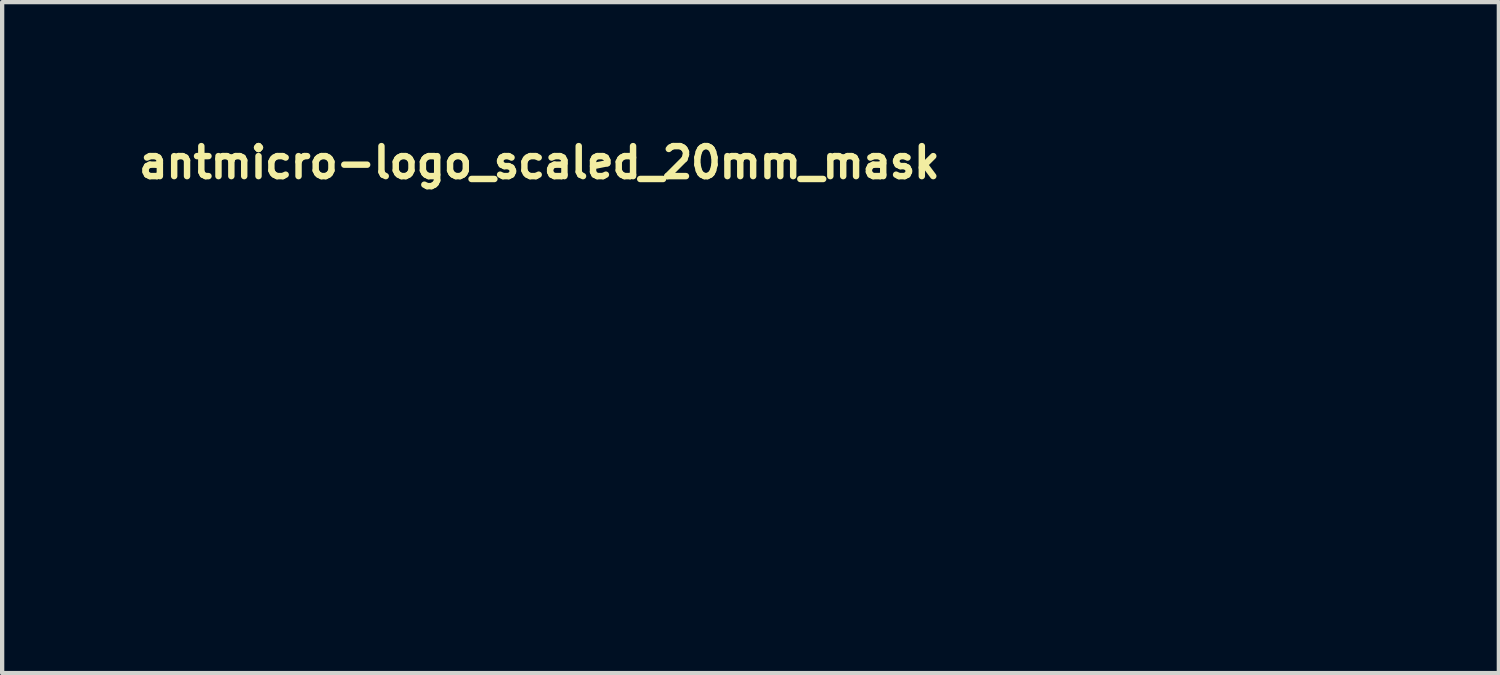
<source format=kicad_pcb>
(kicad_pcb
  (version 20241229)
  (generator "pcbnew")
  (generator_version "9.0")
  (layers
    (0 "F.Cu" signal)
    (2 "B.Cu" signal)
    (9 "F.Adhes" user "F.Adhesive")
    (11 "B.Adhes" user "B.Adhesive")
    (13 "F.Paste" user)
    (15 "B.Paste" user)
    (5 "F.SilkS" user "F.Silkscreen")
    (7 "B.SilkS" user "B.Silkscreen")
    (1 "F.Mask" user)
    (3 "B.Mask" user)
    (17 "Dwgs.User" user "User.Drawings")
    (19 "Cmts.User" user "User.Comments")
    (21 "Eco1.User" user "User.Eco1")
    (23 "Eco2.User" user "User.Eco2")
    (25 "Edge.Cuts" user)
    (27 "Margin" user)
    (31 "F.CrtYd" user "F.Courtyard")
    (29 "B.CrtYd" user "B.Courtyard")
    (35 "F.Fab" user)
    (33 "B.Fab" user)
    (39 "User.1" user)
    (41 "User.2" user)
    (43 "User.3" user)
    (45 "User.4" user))
  (footprint "antmicro-logo_scaled_20mm_mask"
    (layer "F.Cu")
    (at 18.893 6.65)
    (property "Reference" "antmicro-logo_scaled_20mm_mask" (at 0.05 -5.5 180) (layer "F.SilkS") (effects (font (size 0.7 0.7) (thickness 0.15)) (justify right bottom)))
    (attr board_only exclude_from_pos_files exclude_from_bom)
    (fp_poly (pts (xy 5.212 0.944) (xy 4.834 0.944) (xy 4.834 -1.292) (xy 5.212 -1.292) (xy 5.212 0.944)) (stroke (width 0.002) (type solid)) (fill yes) (layer "F.Mask"))
    (fp_poly (pts (xy 8.164 -1.321) (xy 8.193 -1.317) (xy 8.204 -1.31) (xy 8.204 -1.308) (xy 8.2 -1.285) (xy 8.188 -1.24) (xy 8.171 -1.181) (xy 8.163 -1.156) (xy 8.142 -1.092) (xy 8.126 -1.053) (xy 8.112 -1.034) (xy 8.097 -1.031) (xy 8.094 -1.032) (xy 7.996 -1.053) (xy 7.886 -1.06) (xy 7.778 -1.053) (xy 7.683 -1.032) (xy 7.665 -1.026) (xy 7.622 -1.009) (xy 7.622 0.944) (xy 7.244 0.944) (xy 7.244 -1.178) (xy 7.358 -1.219) (xy 7.457 -1.253) (xy 7.548 -1.277) (xy 7.639 -1.295) (xy 7.738 -1.307) (xy 7.856 -1.315) (xy 7.94 -1.319) (xy 8.042 -1.322) (xy 8.115 -1.322) (xy 8.164 -1.321)) (stroke (width 0.002) (type solid)) (fill yes) (layer "F.Mask"))
    (fp_poly (pts (xy 0.795 -1.891) (xy 0.798 -1.849) (xy 0.8 -1.786) (xy 0.802 -1.705) (xy 0.803 -1.612) (xy 0.803 -1.599) (xy 0.803 -1.292) (xy 1.181 -1.292) (xy 1.181 -1.04) (xy 0.803 -1.04) (xy 0.803 0.498) (xy 0.838 0.566) (xy 0.885 0.631) (xy 0.944 0.671) (xy 1.021 0.688) (xy 1.082 0.689) (xy 1.181 0.685) (xy 1.181 0.806) (xy 1.178 0.88) (xy 1.17 0.926) (xy 1.161 0.939) (xy 1.138 0.945) (xy 1.09 0.95) (xy 1.028 0.954) (xy 0.984 0.956) (xy 0.897 0.957) (xy 0.832 0.953) (xy 0.778 0.942) (xy 0.743 0.931) (xy 0.647 0.886) (xy 0.571 0.823) (xy 0.508 0.737) (xy 0.488 0.701) (xy 0.433 0.593) (xy 0.428 -0.223) (xy 0.424 -1.04) (xy 0.173 -1.04) (xy 0.173 -1.292) (xy 0.425 -1.292) (xy 0.425 -1.795) (xy 0.603 -1.85) (xy 0.673 -1.872) (xy 0.733 -1.89) (xy 0.774 -1.902) (xy 0.792 -1.906) (xy 0.795 -1.891)) (stroke (width 0.002) (type solid)) (fill yes) (layer "F.Mask"))
    (fp_poly (pts (xy -0.82 -1.315) (xy -0.737 -1.312) (xy -0.672 -1.308) (xy -0.621 -1.301) (xy -0.577 -1.291) (xy -0.56 -1.286) (xy -0.417 -1.232) (xy -0.302 -1.164) (xy -0.212 -1.082) (xy -0.154 -0.996) (xy -0.135 -0.961) (xy -0.119 -0.927) (xy -0.105 -0.893) (xy -0.094 -0.855) (xy -0.085 -0.811) (xy -0.078 -0.758) (xy -0.073 -0.693) (xy -0.069 -0.612) (xy -0.067 -0.515) (xy -0.065 -0.397) (xy -0.064 -0.256) (xy -0.064 -0.088) (xy -0.063 0.105) (xy -0.063 0.944) (xy -0.441 0.944) (xy -0.441 0.113) (xy -0.442 -0.083) (xy -0.442 -0.25) (xy -0.443 -0.391) (xy -0.445 -0.508) (xy -0.448 -0.604) (xy -0.452 -0.682) (xy -0.457 -0.744) (xy -0.465 -0.794) (xy -0.474 -0.833) (xy -0.486 -0.864) (xy -0.501 -0.89) (xy -0.518 -0.913) (xy -0.538 -0.937) (xy -0.539 -0.939) (xy -0.604 -0.997) (xy -0.684 -1.039) (xy -0.784 -1.066) (xy -0.822 -1.072) (xy -0.927 -1.078) (xy -1.044 -1.073) (xy -1.158 -1.056) (xy -1.24 -1.034) (xy -1.3 -1.013) (xy -1.304 -0.034) (xy -1.308 0.944) (xy -1.686 0.944) (xy -1.686 -1.178) (xy -1.54 -1.225) (xy -1.44 -1.257) (xy -1.354 -1.28) (xy -1.276 -1.297) (xy -1.195 -1.307) (xy -1.105 -1.313) (xy -0.995 -1.315) (xy -0.93 -1.315) (xy -0.82 -1.315)) (stroke (width 0.002) (type solid)) (fill yes) (layer "F.Mask"))
    (fp_poly (pts (xy 3.757 -1.312) (xy 3.91 -1.278) (xy 4.043 -1.223) (xy 4.153 -1.146) (xy 4.24 -1.047) (xy 4.282 -0.977) (xy 4.299 -0.943) (xy 4.313 -0.91) (xy 4.325 -0.876) (xy 4.335 -0.837) (xy 4.343 -0.791) (xy 4.349 -0.734) (xy 4.353 -0.665) (xy 4.357 -0.581) (xy 4.359 -0.478) (xy 4.361 -0.354) (xy 4.361 -0.206) (xy 4.362 -0.031) (xy 4.362 0.111) (xy 4.362 0.944) (xy 3.985 0.944) (xy 3.98 0.074) (xy 3.976 -0.796) (xy 3.93 -0.879) (xy 3.867 -0.961) (xy 3.786 -1.022) (xy 3.691 -1.062) (xy 3.586 -1.079) (xy 3.476 -1.074) (xy 3.366 -1.045) (xy 3.26 -0.994) (xy 3.185 -0.938) (xy 3.118 -0.88) (xy 3.118 0.944) (xy 2.74 0.944) (xy 2.74 0.092) (xy 2.739 -0.122) (xy 2.739 -0.305) (xy 2.737 -0.459) (xy 2.735 -0.585) (xy 2.732 -0.683) (xy 2.729 -0.755) (xy 2.725 -0.802) (xy 2.722 -0.821) (xy 2.679 -0.91) (xy 2.613 -0.981) (xy 2.523 -1.034) (xy 2.413 -1.067) (xy 2.284 -1.079) (xy 2.154 -1.073) (xy 2.082 -1.064) (xy 2.031 -1.056) (xy 1.989 -1.046) (xy 1.944 -1.031) (xy 1.917 -1.021) (xy 1.874 -1.005) (xy 1.874 0.944) (xy 1.511 0.944) (xy 1.511 -1.18) (xy 1.661 -1.228) (xy 1.83 -1.276) (xy 1.988 -1.306) (xy 2.148 -1.319) (xy 2.314 -1.319) (xy 2.448 -1.311) (xy 2.557 -1.297) (xy 2.649 -1.272) (xy 2.732 -1.237) (xy 2.811 -1.189) (xy 2.843 -1.165) (xy 2.947 -1.087) (xy 3.012 -1.14) (xy 3.14 -1.224) (xy 3.283 -1.283) (xy 3.443 -1.315) (xy 3.582 -1.323) (xy 3.757 -1.312)) (stroke (width 0.002) (type solid)) (fill yes) (layer "F.Mask"))
    (fp_poly (pts (xy 9.278 -1.313) (xy 9.419 -1.281) (xy 9.543 -1.225) (xy 9.656 -1.146) (xy 9.708 -1.097) (xy 9.808 -0.975) (xy 9.887 -0.831) (xy 9.945 -0.666) (xy 9.984 -0.476) (xy 9.998 -0.354) (xy 10.005 -0.134) (xy 9.992 0.072) (xy 9.96 0.262) (xy 9.908 0.434) (xy 9.837 0.585) (xy 9.749 0.714) (xy 9.643 0.819) (xy 9.578 0.867) (xy 9.475 0.918) (xy 9.352 0.956) (xy 9.219 0.98) (xy 9.087 0.986) (xy 8.966 0.975) (xy 8.81 0.933) (xy 8.673 0.864) (xy 8.553 0.771) (xy 8.452 0.653) (xy 8.371 0.511) (xy 8.31 0.346) (xy 8.277 0.202) (xy 8.249 -0.011) (xy 8.243 -0.182) (xy 8.619 -0.182) (xy 8.626 -0.007) (xy 8.647 0.163) (xy 8.682 0.318) (xy 8.73 0.449) (xy 8.792 0.552) (xy 8.87 0.633) (xy 8.961 0.69) (xy 9.06 0.721) (xy 9.164 0.724) (xy 9.268 0.699) (xy 9.303 0.683) (xy 9.391 0.625) (xy 9.465 0.546) (xy 9.524 0.443) (xy 9.569 0.315) (xy 9.601 0.162) (xy 9.62 0) (xy 9.628 -0.198) (xy 9.62 -0.382) (xy 9.597 -0.55) (xy 9.558 -0.698) (xy 9.505 -0.825) (xy 9.439 -0.927) (xy 9.397 -0.971) (xy 9.307 -1.035) (xy 9.21 -1.071) (xy 9.109 -1.079) (xy 9.009 -1.062) (xy 8.915 -1.019) (xy 8.831 -0.953) (xy 8.76 -0.863) (xy 8.733 -0.813) (xy 8.684 -0.68) (xy 8.648 -0.526) (xy 8.627 -0.358) (xy 8.619 -0.182) (xy 8.243 -0.182) (xy 8.242 -0.218) (xy 8.255 -0.417) (xy 8.288 -0.602) (xy 8.339 -0.772) (xy 8.41 -0.923) (xy 8.498 -1.051) (xy 8.524 -1.081) (xy 8.637 -1.182) (xy 8.765 -1.255) (xy 8.908 -1.302) (xy 9.068 -1.322) (xy 9.117 -1.323) (xy 9.278 -1.313)) (stroke (width 0.002) (type solid)) (fill yes) (layer "F.Mask"))
    (fp_poly (pts (xy 6.48 -1.32) (xy 6.584 -1.31) (xy 6.642 -1.3) (xy 6.701 -1.282) (xy 6.765 -1.259) (xy 6.825 -1.233) (xy 6.873 -1.209) (xy 6.9 -1.189) (xy 6.902 -1.186) (xy 6.901 -1.166) (xy 6.889 -1.128) (xy 6.872 -1.079) (xy 6.852 -1.03) (xy 6.833 -0.989) (xy 6.818 -0.966) (xy 6.815 -0.963) (xy 6.795 -0.969) (xy 6.757 -0.985) (xy 6.717 -1.002) (xy 6.597 -1.044) (xy 6.478 -1.06) (xy 6.365 -1.05) (xy 6.267 -1.016) (xy 6.184 -0.957) (xy 6.109 -0.87) (xy 6.042 -0.76) (xy 5.988 -0.629) (xy 5.964 -0.554) (xy 5.946 -0.461) (xy 5.934 -0.347) (xy 5.929 -0.22) (xy 5.931 -0.091) (xy 5.938 0.032) (xy 5.953 0.138) (xy 5.965 0.191) (xy 6.018 0.347) (xy 6.085 0.476) (xy 6.166 0.576) (xy 6.262 0.649) (xy 6.269 0.653) (xy 6.318 0.678) (xy 6.36 0.692) (xy 6.409 0.698) (xy 6.476 0.7) (xy 6.48 0.7) (xy 6.551 0.697) (xy 6.613 0.686) (xy 6.676 0.665) (xy 6.75 0.631) (xy 6.805 0.602) (xy 6.811 0.606) (xy 6.823 0.627) (xy 6.842 0.667) (xy 6.868 0.73) (xy 6.904 0.819) (xy 6.907 0.827) (xy 6.898 0.844) (xy 6.866 0.868) (xy 6.818 0.895) (xy 6.759 0.922) (xy 6.697 0.945) (xy 6.68 0.95) (xy 6.596 0.968) (xy 6.494 0.98) (xy 6.388 0.984) (xy 6.292 0.98) (xy 6.251 0.975) (xy 6.192 0.96) (xy 6.121 0.935) (xy 6.055 0.906) (xy 5.924 0.825) (xy 5.811 0.718) (xy 5.717 0.586) (xy 5.641 0.431) (xy 5.585 0.252) (xy 5.566 0.164) (xy 5.552 0.061) (xy 5.545 -0.061) (xy 5.544 -0.193) (xy 5.549 -0.327) (xy 5.56 -0.453) (xy 5.576 -0.563) (xy 5.589 -0.623) (xy 5.65 -0.797) (xy 5.731 -0.949) (xy 5.831 -1.077) (xy 5.948 -1.181) (xy 6.081 -1.259) (xy 6.187 -1.298) (xy 6.27 -1.314) (xy 6.372 -1.322) (xy 6.48 -1.32)) (stroke (width 0.002) (type solid)) (fill yes) (layer "F.Mask"))
    (fp_poly (pts (xy -2.763 -1.313) (xy -2.663 -1.294) (xy -2.55 -1.259) (xy -2.459 -1.216) (xy -2.38 -1.16) (xy -2.341 -1.124) (xy -2.284 -1.053) (xy -2.232 -0.961) (xy -2.192 -0.861) (xy -2.174 -0.79) (xy -2.17 -0.754) (xy -2.167 -0.69) (xy -2.164 -0.599) (xy -2.162 -0.485) (xy -2.16 -0.35) (xy -2.159 -0.196) (xy -2.158 -0.027) (xy -2.158 0.064) (xy -2.158 0.833) (xy -2.232 0.865) (xy -2.364 0.913) (xy -2.517 0.949) (xy -2.682 0.974) (xy -2.85 0.986) (xy -3.011 0.983) (xy -3.097 0.975) (xy -3.264 0.942) (xy -3.407 0.889) (xy -3.525 0.817) (xy -3.618 0.725) (xy -3.686 0.616) (xy -3.729 0.487) (xy -3.746 0.341) (xy -3.746 0.268) (xy -3.744 0.254) (xy -3.383 0.254) (xy -3.38 0.384) (xy -3.352 0.497) (xy -3.298 0.591) (xy -3.221 0.665) (xy -3.12 0.719) (xy -3.072 0.735) (xy -3.011 0.745) (xy -2.928 0.75) (xy -2.835 0.75) (xy -2.74 0.744) (xy -2.655 0.734) (xy -2.589 0.72) (xy -2.579 0.716) (xy -2.504 0.689) (xy -2.504 -0.302) (xy -2.595 -0.291) (xy -2.653 -0.282) (xy -2.728 -0.267) (xy -2.806 -0.25) (xy -2.831 -0.244) (xy -2.992 -0.194) (xy -3.125 -0.133) (xy -3.229 -0.06) (xy -3.306 0.026) (xy -3.357 0.125) (xy -3.381 0.238) (xy -3.383 0.254) (xy -3.744 0.254) (xy -3.725 0.126) (xy -3.678 0) (xy -3.602 -0.112) (xy -3.559 -0.158) (xy -3.465 -0.233) (xy -3.343 -0.303) (xy -3.198 -0.365) (xy -3.034 -0.417) (xy -2.856 -0.46) (xy -2.666 -0.49) (xy -2.663 -0.49) (xy -2.5 -0.51) (xy -2.51 -0.644) (xy -2.528 -0.77) (xy -2.564 -0.871) (xy -2.62 -0.949) (xy -2.697 -1.007) (xy -2.797 -1.045) (xy -2.845 -1.056) (xy -2.975 -1.067) (xy -3.12 -1.056) (xy -3.272 -1.024) (xy -3.426 -0.972) (xy -3.439 -0.967) (xy -3.488 -0.947) (xy -3.523 -0.936) (xy -3.537 -0.934) (xy -3.545 -0.95) (xy -3.56 -0.987) (xy -3.579 -1.035) (xy -3.598 -1.086) (xy -3.613 -1.129) (xy -3.622 -1.155) (xy -3.623 -1.159) (xy -3.609 -1.169) (xy -3.575 -1.188) (xy -3.537 -1.206) (xy -3.395 -1.257) (xy -3.239 -1.294) (xy -3.075 -1.316) (xy -2.914 -1.323) (xy -2.763 -1.313)) (stroke (width 0.002) (type solid)) (fill yes) (layer "F.Mask"))
    (fp_poly (pts (xy -7.153 -3.366) (xy -7.087 -3.351) (xy -7.086 -3.351) (xy -7.066 -3.34) (xy -7.021 -3.315) (xy -6.953 -3.277) (xy -6.865 -3.227) (xy -6.759 -3.167) (xy -6.639 -3.099) (xy -6.505 -3.022) (xy -6.361 -2.94) (xy -6.209 -2.853) (xy -6.052 -2.762) (xy -5.891 -2.67) (xy -5.729 -2.577) (xy -5.569 -2.485) (xy -5.413 -2.395) (xy -5.264 -2.309) (xy -5.123 -2.227) (xy -4.994 -2.152) (xy -4.878 -2.085) (xy -4.778 -2.027) (xy -4.697 -1.979) (xy -4.636 -1.943) (xy -4.599 -1.921) (xy -4.595 -1.918) (xy -4.528 -1.863) (xy -4.476 -1.798) (xy -4.434 -1.725) (xy -4.429 -0.224) (xy -4.429 0.063) (xy -4.428 0.323) (xy -4.429 0.553) (xy -4.429 0.755) (xy -4.43 0.928) (xy -4.432 1.071) (xy -4.434 1.184) (xy -4.436 1.266) (xy -4.439 1.318) (xy -4.441 1.337) (xy -4.448 1.36) (xy -4.454 1.382) (xy -4.463 1.403) (xy -4.476 1.423) (xy -4.494 1.445) (xy -4.519 1.47) (xy -4.552 1.497) (xy -4.596 1.529) (xy -4.652 1.567) (xy -4.721 1.611) (xy -4.805 1.663) (xy -4.906 1.723) (xy -5.025 1.794) (xy -5.165 1.875) (xy -5.326 1.969) (xy -5.511 2.076) (xy -5.72 2.197) (xy -5.813 2.251) (xy -7.079 2.982) (xy -7.197 2.988) (xy -7.315 2.994) (xy -7.78 2.727) (xy -8.064 2.563) (xy -8.323 2.415) (xy -8.557 2.28) (xy -8.767 2.159) (xy -8.955 2.051) (xy -9.122 1.954) (xy -9.27 1.868) (xy -9.399 1.792) (xy -9.51 1.726) (xy -9.606 1.669) (xy -9.688 1.619) (xy -9.756 1.576) (xy -9.812 1.539) (xy -9.857 1.507) (xy -9.893 1.481) (xy -9.92 1.458) (xy -9.94 1.437) (xy -9.955 1.42) (xy -9.965 1.403) (xy -9.972 1.387) (xy -9.977 1.371) (xy -9.981 1.354) (xy -9.985 1.337) (xy -9.988 1.309) (xy -9.991 1.25) (xy -9.993 1.161) (xy -9.995 1.041) (xy -9.996 0.891) (xy -9.997 0.712) (xy -9.998 0.503) (xy -9.998 0.266) (xy -9.997 0) (xy -9.997 -0.189) (xy -9.024 -0.189) (xy -9.024 0.015) (xy -9.024 0.191) (xy -9.023 0.34) (xy -9.022 0.464) (xy -9.021 0.567) (xy -9.018 0.65) (xy -9.014 0.717) (xy -9.01 0.768) (xy -9.003 0.808) (xy -8.995 0.837) (xy -8.986 0.859) (xy -8.974 0.876) (xy -8.961 0.891) (xy -8.945 0.905) (xy -8.943 0.906) (xy -8.922 0.921) (xy -8.877 0.949) (xy -8.81 0.989) (xy -8.725 1.039) (xy -8.625 1.098) (xy -8.512 1.164) (xy -8.389 1.235) (xy -8.26 1.31) (xy -8.128 1.386) (xy -7.995 1.463) (xy -7.864 1.538) (xy -7.739 1.609) (xy -7.622 1.676) (xy -7.517 1.735) (xy -7.425 1.787) (xy -7.351 1.828) (xy -7.297 1.857) (xy -7.266 1.872) (xy -7.261 1.874) (xy -7.222 1.885) (xy -7.195 1.886) (xy -7.163 1.875) (xy -7.144 1.867) (xy -7.117 1.854) (xy -7.067 1.827) (xy -6.997 1.788) (xy -6.909 1.738) (xy -6.805 1.679) (xy -6.691 1.614) (xy -6.567 1.543) (xy -6.438 1.469) (xy -6.306 1.392) (xy -6.174 1.316) (xy -6.045 1.241) (xy -5.922 1.17) (xy -5.809 1.103) (xy -5.708 1.044) (xy -5.622 0.992) (xy -5.553 0.952) (xy -5.507 0.923) (xy -5.484 0.907) (xy -5.483 0.907) (xy -5.467 0.892) (xy -5.453 0.878) (xy -5.441 0.861) (xy -5.431 0.839) (xy -5.423 0.81) (xy -5.417 0.772) (xy -5.412 0.721) (xy -5.408 0.656) (xy -5.406 0.574) (xy -5.404 0.473) (xy -5.403 0.35) (xy -5.402 0.203) (xy -5.402 0.03) (xy -5.402 -0.172) (xy -5.402 -0.189) (xy -5.402 -0.395) (xy -5.402 -0.572) (xy -5.403 -0.721) (xy -5.404 -0.847) (xy -5.406 -0.95) (xy -5.408 -1.034) (xy -5.412 -1.101) (xy -5.418 -1.153) (xy -5.425 -1.193) (xy -5.434 -1.223) (xy -5.445 -1.245) (xy -5.458 -1.262) (xy -5.473 -1.276) (xy -5.491 -1.29) (xy -5.499 -1.295) (xy -5.522 -1.31) (xy -5.57 -1.339) (xy -5.64 -1.381) (xy -5.729 -1.433) (xy -5.835 -1.496) (xy -5.956 -1.566) (xy -6.088 -1.643) (xy -6.229 -1.725) (xy -6.348 -1.793) (xy -6.519 -1.891) (xy -6.664 -1.974) (xy -6.786 -2.044) (xy -6.888 -2.101) (xy -6.971 -2.147) (xy -7.038 -2.183) (xy -7.091 -2.21) (xy -7.132 -2.229) (xy -7.163 -2.242) (xy -7.187 -2.249) (xy -7.205 -2.252) (xy -7.211 -2.252) (xy -7.228 -2.251) (xy -7.249 -2.246) (xy -7.276 -2.236) (xy -7.312 -2.219) (xy -7.359 -2.196) (xy -7.419 -2.165) (xy -7.495 -2.123) (xy -7.587 -2.072) (xy -7.699 -2.008) (xy -7.832 -1.932) (xy -7.99 -1.842) (xy -8.1 -1.778) (xy -8.248 -1.693) (xy -8.388 -1.611) (xy -8.519 -1.535) (xy -8.637 -1.466) (xy -8.739 -1.406) (xy -8.825 -1.355) (xy -8.89 -1.316) (xy -8.933 -1.29) (xy -8.951 -1.278) (xy -8.966 -1.265) (xy -8.978 -1.251) (xy -8.989 -1.234) (xy -8.998 -1.212) (xy -9.005 -1.182) (xy -9.011 -1.141) (xy -9.015 -1.087) (xy -9.018 -1.019) (xy -9.021 -0.933) (xy -9.022 -0.827) (xy -9.023 -0.699) (xy -9.024 -0.546) (xy -9.024 -0.366) (xy -9.024 -0.189) (xy -9.997 -0.189) (xy -9.997 -0.224) (xy -9.996 -0.479) (xy -9.996 -0.705) (xy -9.995 -0.903) (xy -9.994 -1.075) (xy -9.993 -1.223) (xy -9.992 -1.35) (xy -9.99 -1.456) (xy -9.987 -1.545) (xy -9.984 -1.617) (xy -9.98 -1.675) (xy -9.974 -1.721) (xy -9.968 -1.757) (xy -9.961 -1.784) (xy -9.952 -1.805) (xy -9.941 -1.821) (xy -9.929 -1.834) (xy -9.915 -1.847) (xy -9.9 -1.86) (xy -9.893 -1.866) (xy -9.873 -1.88) (xy -9.828 -1.909) (xy -9.759 -1.951) (xy -9.669 -2.005) (xy -9.56 -2.07) (xy -9.433 -2.145) (xy -9.291 -2.228) (xy -9.136 -2.319) (xy -8.969 -2.416) (xy -8.793 -2.518) (xy -8.61 -2.624) (xy -8.59 -2.635) (xy -8.377 -2.759) (xy -8.189 -2.867) (xy -8.024 -2.962) (xy -7.882 -3.044) (xy -7.759 -3.114) (xy -7.656 -3.173) (xy -7.568 -3.221) (xy -7.496 -3.261) (xy -7.437 -3.293) (xy -7.389 -3.317) (xy -7.351 -3.336) (xy -7.321 -3.349) (xy -7.296 -3.357) (xy -7.276 -3.363) (xy -7.259 -3.366) (xy -7.242 -3.367) (xy -7.237 -3.368) (xy -7.153 -3.366)) (stroke (width 0.002) (type solid)) (fill yes) (layer "F.Mask"))
    (fp_poly (pts (xy -7.128 -1.48) (xy -7.114 -1.475) (xy -7.042 -1.428) (xy -6.989 -1.361) (xy -6.96 -1.281) (xy -6.957 -1.196) (xy -6.961 -1.175) (xy -6.992 -1.094) (xy -7.046 -1.034) (xy -7.101 -1.001) (xy -7.166 -0.969) (xy -7.166 -0.599) (xy -6.891 -0.599) (xy -6.778 -0.711) (xy -6.665 -0.824) (xy -6.673 -0.905) (xy -6.673 -0.906) (xy -6.566 -0.906) (xy -6.549 -0.87) (xy -6.512 -0.853) (xy -6.467 -0.856) (xy -6.435 -0.876) (xy -6.412 -0.913) (xy -6.42 -0.95) (xy -6.441 -0.977) (xy -6.471 -1.002) (xy -6.496 -1.005) (xy -6.53 -0.986) (xy -6.532 -0.984) (xy -6.56 -0.949) (xy -6.566 -0.906) (xy -6.673 -0.906) (xy -6.676 -0.957) (xy -6.669 -0.992) (xy -6.648 -1.025) (xy -6.639 -1.036) (xy -6.582 -1.084) (xy -6.519 -1.106) (xy -6.456 -1.105) (xy -6.397 -1.084) (xy -6.349 -1.044) (xy -6.316 -0.99) (xy -6.304 -0.925) (xy -6.315 -0.859) (xy -6.351 -0.797) (xy -6.408 -0.757) (xy -6.484 -0.741) (xy -6.497 -0.741) (xy -6.529 -0.74) (xy -6.557 -0.734) (xy -6.585 -0.719) (xy -6.619 -0.693) (xy -6.667 -0.651) (xy -6.705 -0.615) (xy -6.84 -0.489) (xy -7.166 -0.489) (xy -7.166 -0.237) (xy -6.568 -0.237) (xy -6.545 -0.282) (xy -6.502 -0.333) (xy -6.443 -0.364) (xy -6.377 -0.373) (xy -6.311 -0.36) (xy -6.255 -0.322) (xy -6.249 -0.317) (xy -6.209 -0.253) (xy -6.195 -0.188) (xy -6.205 -0.126) (xy -6.234 -0.072) (xy -6.28 -0.03) (xy -6.337 -0.006) (xy -6.402 -0.002) (xy -6.472 -0.025) (xy -6.486 -0.033) (xy -6.523 -0.061) (xy -6.545 -0.091) (xy -6.547 -0.096) (xy -6.552 -0.106) (xy -6.561 -0.114) (xy -6.58 -0.12) (xy -6.613 -0.123) (xy -6.664 -0.125) (xy -6.737 -0.126) (xy -6.836 -0.126) (xy -6.861 -0.126) (xy -7.166 -0.126) (xy -7.166 0.11) (xy -6.842 0.11) (xy -6.581 0.373) (xy -6.507 0.366) (xy -6.428 0.372) (xy -6.367 0.402) (xy -6.325 0.457) (xy -6.314 0.486) (xy -6.304 0.561) (xy -6.322 0.626) (xy -6.361 0.678) (xy -6.422 0.72) (xy -6.487 0.736) (xy -6.55 0.727) (xy -6.605 0.697) (xy -6.648 0.648) (xy -6.671 0.583) (xy -6.672 0.536) (xy -6.564 0.536) (xy -6.559 0.575) (xy -6.544 0.597) (xy -6.508 0.625) (xy -6.474 0.623) (xy -6.441 0.598) (xy -6.414 0.56) (xy -6.417 0.525) (xy -6.44 0.497) (xy -6.48 0.476) (xy -6.518 0.48) (xy -6.549 0.502) (xy -6.564 0.536) (xy -6.672 0.536) (xy -6.673 0.52) (xy -6.664 0.445) (xy -6.891 0.22) (xy -7.166 0.22) (xy -7.166 0.593) (xy -7.101 0.622) (xy -7.033 0.668) (xy -6.986 0.732) (xy -6.96 0.805) (xy -6.956 0.883) (xy -6.973 0.959) (xy -7.013 1.026) (xy -7.074 1.079) (xy -7.088 1.087) (xy -7.171 1.112) (xy -7.258 1.112) (xy -7.34 1.087) (xy -7.341 1.086) (xy -7.406 1.036) (xy -7.448 0.97) (xy -7.469 0.895) (xy -7.468 0.858) (xy -7.361 0.858) (xy -7.355 0.905) (xy -7.331 0.942) (xy -7.31 0.962) (xy -7.252 0.999) (xy -7.195 1.005) (xy -7.137 0.979) (xy -7.116 0.962) (xy -7.08 0.923) (xy -7.066 0.883) (xy -7.065 0.858) (xy -7.079 0.801) (xy -7.116 0.751) (xy -7.167 0.718) (xy -7.213 0.708) (xy -7.27 0.722) (xy -7.319 0.76) (xy -7.352 0.812) (xy -7.361 0.858) (xy -7.468 0.858) (xy -7.468 0.817) (xy -7.445 0.742) (xy -7.401 0.677) (xy -7.336 0.628) (xy -7.325 0.622) (xy -7.26 0.593) (xy -7.26 0.22) (xy -7.535 0.22) (xy -7.762 0.445) (xy -7.753 0.52) (xy -7.757 0.595) (xy -7.785 0.658) (xy -7.83 0.703) (xy -7.887 0.73) (xy -7.951 0.735) (xy -8.015 0.715) (xy -8.065 0.678) (xy -8.109 0.617) (xy -8.123 0.551) (xy -8.12 0.532) (xy -8.012 0.532) (xy -8.009 0.566) (xy -7.985 0.598) (xy -7.946 0.625) (xy -7.912 0.623) (xy -7.883 0.599) (xy -7.863 0.558) (xy -7.868 0.517) (xy -7.896 0.486) (xy -7.915 0.478) (xy -7.961 0.48) (xy -7.985 0.496) (xy -8.012 0.532) (xy -8.12 0.532) (xy -8.112 0.486) (xy -8.079 0.422) (xy -8.025 0.381) (xy -7.953 0.365) (xy -7.919 0.366) (xy -7.845 0.373) (xy -7.584 0.11) (xy -7.26 0.11) (xy -7.26 -0.126) (xy -7.566 -0.126) (xy -7.672 -0.126) (xy -7.75 -0.126) (xy -7.805 -0.124) (xy -7.841 -0.121) (xy -7.863 -0.116) (xy -7.875 -0.108) (xy -7.881 -0.098) (xy -7.883 -0.094) (xy -7.908 -0.058) (xy -7.954 -0.026) (xy -8.009 -0.005) (xy -8.045 -0.001) (xy -8.117 -0.014) (xy -8.174 -0.049) (xy -8.213 -0.102) (xy -8.23 -0.164) (xy -8.228 -0.186) (xy -8.124 -0.186) (xy -8.12 -0.163) (xy -8.104 -0.143) (xy -8.063 -0.115) (xy -8.021 -0.117) (xy -7.994 -0.135) (xy -7.971 -0.176) (xy -7.976 -0.202) (xy -6.455 -0.202) (xy -6.449 -0.158) (xy -6.432 -0.135) (xy -6.392 -0.113) (xy -6.35 -0.121) (xy -6.322 -0.143) (xy -6.303 -0.169) (xy -6.304 -0.193) (xy -6.316 -0.218) (xy -6.35 -0.254) (xy -6.39 -0.265) (xy -6.429 -0.247) (xy -6.432 -0.244) (xy -6.455 -0.202) (xy -7.976 -0.202) (xy -7.979 -0.218) (xy -7.999 -0.244) (xy -8.04 -0.265) (xy -8.078 -0.255) (xy -8.11 -0.218) (xy -8.124 -0.186) (xy -8.228 -0.186) (xy -8.224 -0.232) (xy -8.192 -0.297) (xy -8.177 -0.317) (xy -8.121 -0.358) (xy -8.055 -0.374) (xy -7.988 -0.365) (xy -7.927 -0.333) (xy -7.885 -0.284) (xy -7.857 -0.237) (xy -7.26 -0.237) (xy -7.26 -0.489) (xy -7.586 -0.489) (xy -7.721 -0.615) (xy -7.779 -0.669) (xy -7.821 -0.704) (xy -7.852 -0.726) (xy -7.879 -0.737) (xy -7.908 -0.74) (xy -7.934 -0.741) (xy -8.011 -0.752) (xy -8.068 -0.787) (xy -8.105 -0.846) (xy -8.112 -0.866) (xy -8.119 -0.923) (xy -8.016 -0.923) (xy -8.003 -0.887) (xy -7.969 -0.862) (xy -7.928 -0.852) (xy -7.888 -0.861) (xy -7.878 -0.87) (xy -7.86 -0.907) (xy -7.866 -0.949) (xy -7.894 -0.984) (xy -7.924 -1.002) (xy -7.941 -1.008) (xy -7.964 -0.997) (xy -7.991 -0.969) (xy -8.011 -0.939) (xy -8.016 -0.923) (xy -8.119 -0.923) (xy -8.121 -0.94) (xy -8.105 -1.004) (xy -8.069 -1.055) (xy -8.018 -1.091) (xy -7.958 -1.108) (xy -7.894 -1.104) (xy -7.831 -1.076) (xy -7.787 -1.036) (xy -7.762 -1.001) (xy -7.751 -0.968) (xy -7.751 -0.923) (xy -7.753 -0.905) (xy -7.762 -0.824) (xy -7.648 -0.711) (xy -7.535 -0.599) (xy -7.26 -0.599) (xy -7.26 -0.971) (xy -7.323 -0.998) (xy -7.396 -1.046) (xy -7.446 -1.114) (xy -7.465 -1.166) (xy -7.472 -1.24) (xy -7.365 -1.24) (xy -7.359 -1.204) (xy -7.347 -1.177) (xy -7.307 -1.123) (xy -7.254 -1.093) (xy -7.194 -1.09) (xy -7.134 -1.116) (xy -7.127 -1.121) (xy -7.081 -1.171) (xy -7.065 -1.225) (xy -7.078 -1.283) (xy -7.116 -1.342) (xy -7.166 -1.375) (xy -7.222 -1.384) (xy -7.278 -1.368) (xy -7.326 -1.326) (xy -7.354 -1.278) (xy -7.365 -1.24) (xy -7.472 -1.24) (xy -7.474 -1.25) (xy -7.455 -1.328) (xy -7.416 -1.396) (xy -7.358 -1.449) (xy -7.288 -1.484) (xy -7.21 -1.495) (xy -7.128 -1.48)) (stroke (width 0.002) (type solid)) (fill yes) (layer "F.Mask")))
  (gr_rect
    (start -3 -3)
    (end 31.899 12.645)
    (stroke (width 0.1) (type default))
    (fill no)
    (layer "Edge.Cuts")))
</source>
